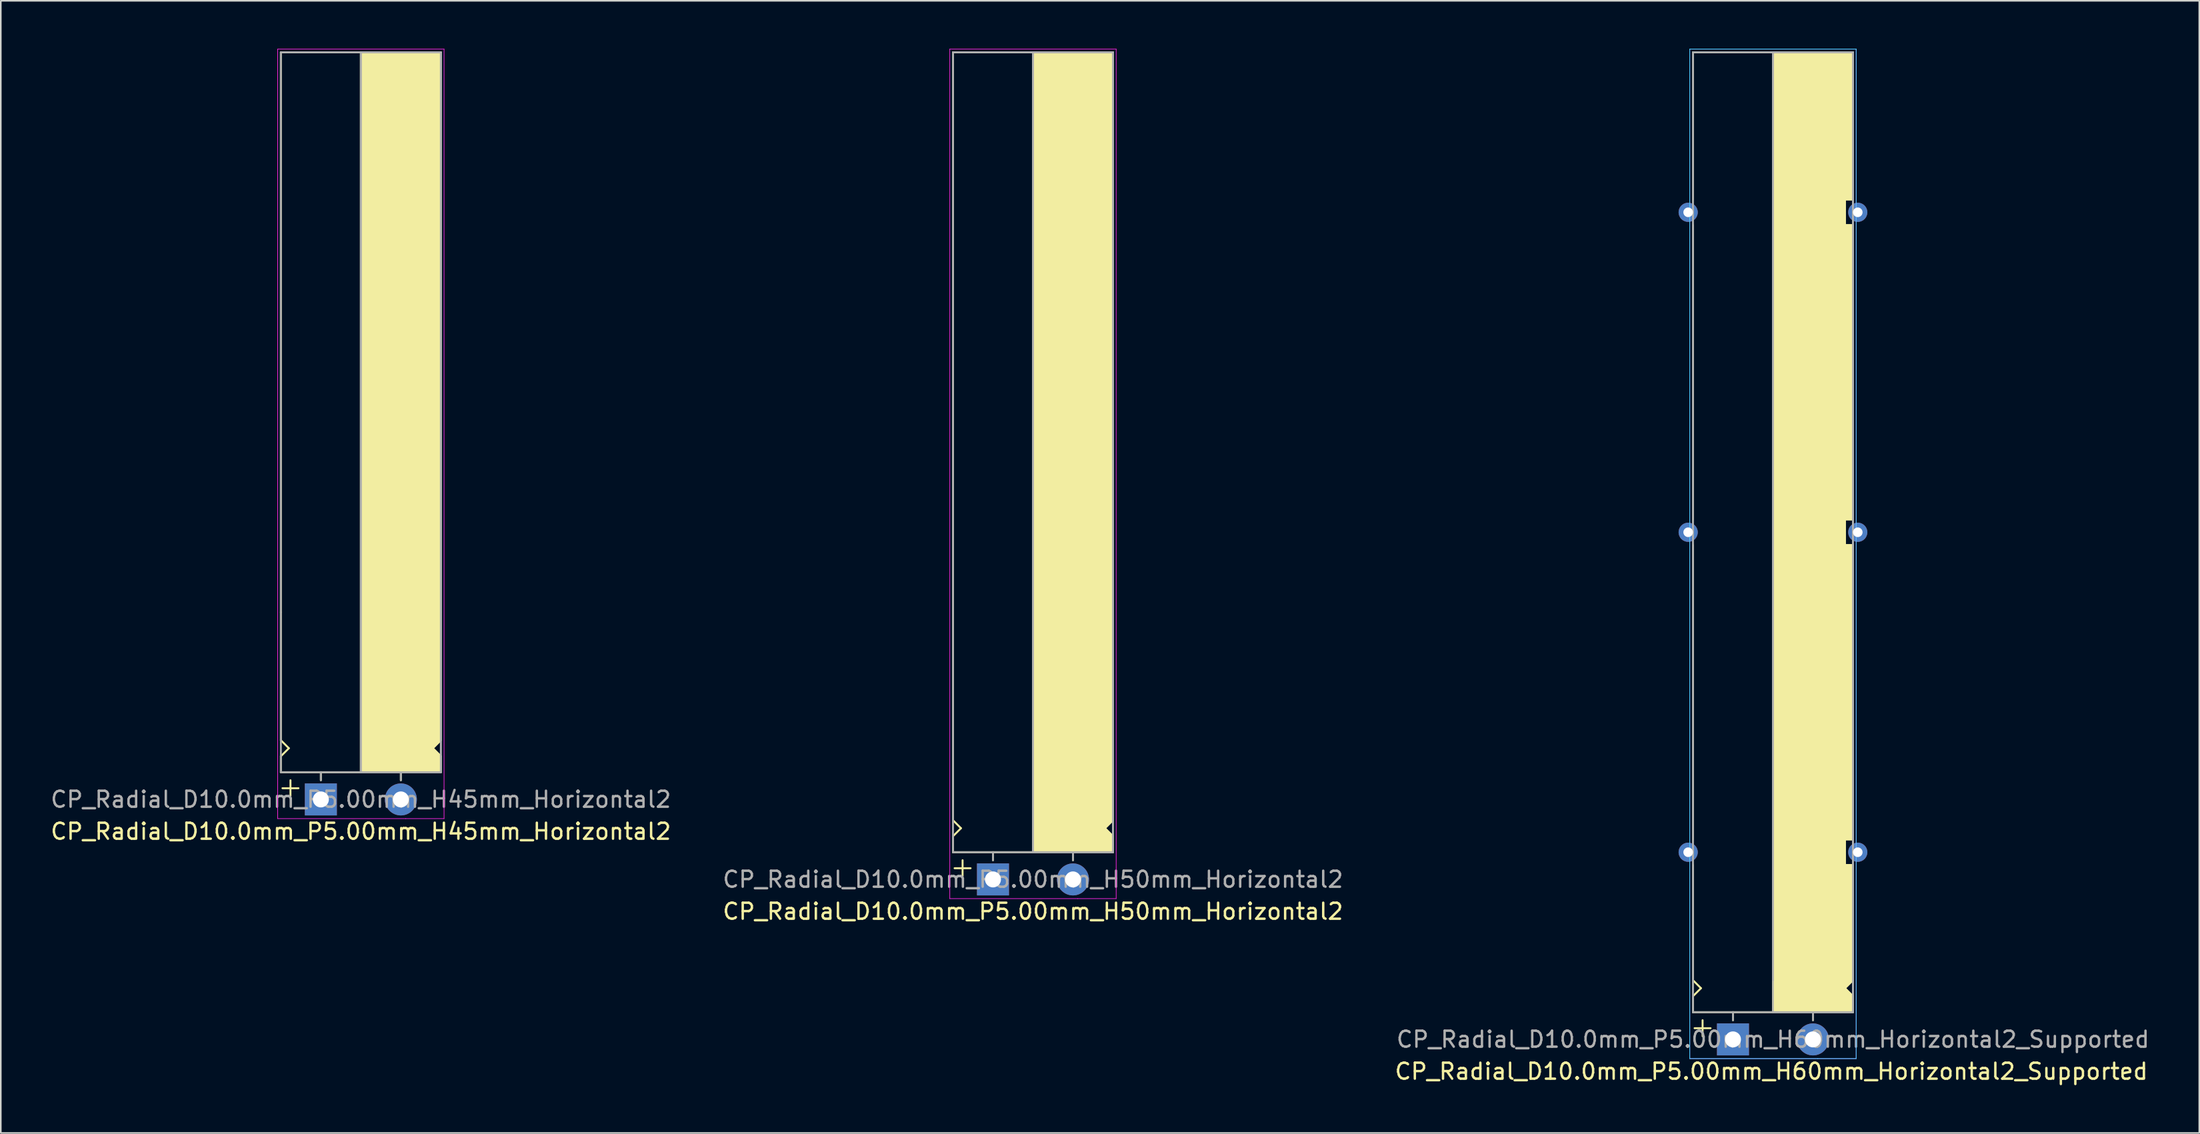
<source format=kicad_pcb>
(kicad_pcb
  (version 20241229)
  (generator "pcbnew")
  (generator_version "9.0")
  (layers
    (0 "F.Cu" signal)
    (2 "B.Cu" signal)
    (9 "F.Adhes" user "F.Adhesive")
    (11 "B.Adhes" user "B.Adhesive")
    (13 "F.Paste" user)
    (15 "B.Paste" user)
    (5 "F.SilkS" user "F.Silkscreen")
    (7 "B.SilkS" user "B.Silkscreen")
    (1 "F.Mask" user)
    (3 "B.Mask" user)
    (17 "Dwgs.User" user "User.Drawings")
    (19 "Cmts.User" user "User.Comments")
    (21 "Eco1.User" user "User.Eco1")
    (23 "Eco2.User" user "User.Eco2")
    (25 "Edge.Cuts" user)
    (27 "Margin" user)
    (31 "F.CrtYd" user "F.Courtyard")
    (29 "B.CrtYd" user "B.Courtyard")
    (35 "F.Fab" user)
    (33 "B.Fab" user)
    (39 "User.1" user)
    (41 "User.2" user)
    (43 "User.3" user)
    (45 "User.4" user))
  (footprint "CP_Radial_D10.0mm_P5.00mm_H50mm_Horizontal2"
    (layer "F.Cu")
    (at 59.018 51.92)
    (property "Reference" "CP_Radial_D10.0mm_P5.00mm_H50mm_Horizontal2" (at 2.5 2 0) (layer "F.SilkS") (effects (font (size 1 1) (thickness 0.15))))
    (attr through_hole)
    (fp_line (start -2.5 -51.7) (end 7.5 -51.7) (stroke (width 0.12) (type solid)) (layer "F.SilkS"))
    (fp_line (start -2.5 -11.7) (end -2.5 -51.7) (stroke (width 0.12) (type solid)) (layer "F.SilkS"))
    (fp_line (start -2.5 -3.7) (end -2.5 -11.7) (stroke (width 0.12) (type solid)) (layer "F.SilkS"))
    (fp_line (start -2.5 -2.7) (end -2 -3.2) (stroke (width 0.12) (type solid)) (layer "F.SilkS"))
    (fp_line (start -2.5 -1.7) (end -2.5 -2.7) (stroke (width 0.12) (type solid)) (layer "F.SilkS"))
    (fp_line (start -2 -3.2) (end -2.5 -3.7) (stroke (width 0.12) (type solid)) (layer "F.SilkS"))
    (fp_line (start -1.9 -1.2) (end -1.9 -0.2) (stroke (width 0.12) (type solid)) (layer "F.SilkS"))
    (fp_line (start -1.4 -0.7) (end -2.4 -0.7) (stroke (width 0.12) (type solid)) (layer "F.SilkS"))
    (fp_line (start 0 -1.7) (end 0 -1.2) (stroke (width 0.12) (type solid)) (layer "F.SilkS"))
    (fp_line (start 2.5 -51.7) (end 2.5 -1.7) (stroke (width 0.12) (type solid)) (layer "F.SilkS"))
    (fp_line (start 2.5 -1.7) (end -2.5 -1.7) (stroke (width 0.12) (type solid)) (layer "F.SilkS"))
    (fp_line (start 5 -1.7) (end 5 -1.2) (stroke (width 0.12) (type solid)) (layer "F.SilkS"))
    (fp_line (start 7 -3.2) (end 7.5 -3.7) (stroke (width 0.12) (type solid)) (layer "F.SilkS"))
    (fp_line (start 7.5 -11.7) (end 7.5 -51.7) (stroke (width 0.12) (type solid)) (layer "F.SilkS"))
    (fp_line (start 7.5 -3.7) (end 7.5 -11.7) (stroke (width 0.12) (type solid)) (layer "F.SilkS"))
    (fp_line (start 7.5 -2.7) (end 7 -3.2) (stroke (width 0.12) (type solid)) (layer "F.SilkS"))
    (fp_line (start 7.5 -1.7) (end 2.5 -1.7) (stroke (width 0.12) (type solid)) (layer "F.SilkS"))
    (fp_line (start 7.5 -1.7) (end 7.5 -2.7) (stroke (width 0.12) (type solid)) (layer "F.SilkS"))
    (fp_poly (pts (xy 7.5 -2.7) (xy 7 -3.2) (xy 7.5 -3.7) (xy 7.5 -51.7) (xy 2.5 -51.7) (xy 2.5 -1.7) (xy 7.5 -1.7)) (stroke (width 0.1) (type solid)) (fill yes) (layer "F.SilkS"))
    (fp_line (start -2.7 -51.9) (end -2.7 1.2) (stroke (width 0.04) (type solid)) (layer "F.CrtYd"))
    (fp_line (start -2.7 1.2) (end 5.3 1.2) (stroke (width 0.04) (type solid)) (layer "F.CrtYd"))
    (fp_line (start 5.3 1.2) (end 7.7 1.2) (stroke (width 0.04) (type solid)) (layer "F.CrtYd"))
    (fp_line (start 7.7 -51.9) (end -2.7 -51.9) (stroke (width 0.04) (type solid)) (layer "F.CrtYd"))
    (fp_line (start 7.7 1.2) (end 7.7 -51.9) (stroke (width 0.04) (type solid)) (layer "F.CrtYd"))
    (fp_line (start -2.5 -51.7) (end 7.5 -51.7) (stroke (width 0.12) (type solid)) (layer "F.Fab"))
    (fp_line (start -2.5 -1.7) (end -2.5 -51.7) (stroke (width 0.12) (type solid)) (layer "F.Fab"))
    (fp_line (start 0 -1.7) (end 0 -1.2) (stroke (width 0.12) (type solid)) (layer "F.Fab"))
    (fp_line (start 2.5 -1.7) (end 2.5 -51.7) (stroke (width 0.12) (type solid)) (layer "F.Fab"))
    (fp_line (start 5 -1.7) (end 5 -1.2) (stroke (width 0.12) (type solid)) (layer "F.Fab"))
    (fp_line (start 7.5 -51.7) (end 7.5 -1.7) (stroke (width 0.12) (type solid)) (layer "F.Fab"))
    (fp_line (start 7.5 -1.7) (end -2.5 -1.7) (stroke (width 0.12) (type solid)) (layer "F.Fab"))
    (fp_poly (pts (xy 7.5 -51.7) (xy 2.5 -51.7) (xy 2.5 -1.7) (xy 7.5 -1.7)) (stroke (width 0.1) (type solid)) (fill no) (layer "F.Fab"))
    (fp_text user "${REFERENCE}" (at 2.5 0 0) (layer "F.Fab") (effects (font (size 1 1) (thickness 0.15))))
    (pad "1" thru_hole rect (at 0 0) (size 2 2) (drill 1) (layers "*.Cu" "*.Mask"))
    (pad "2" thru_hole circle (at 5 0) (size 2 2) (drill 1) (layers "*.Cu" "*.Mask")))
  (footprint "CP_Radial_D10.0mm_P5.00mm_H45mm_Horizontal2"
    (layer "F.Cu")
    (at 17.006 46.92)
    (property "Reference" "CP_Radial_D10.0mm_P5.00mm_H45mm_Horizontal2" (at 2.5 2 0) (layer "F.SilkS") (effects (font (size 1 1) (thickness 0.15))))
    (attr through_hole)
    (fp_line (start -2.5 -46.7) (end 7.5 -46.7) (stroke (width 0.12) (type solid)) (layer "F.SilkS"))
    (fp_line (start -2.5 -11.7) (end -2.5 -46.7) (stroke (width 0.12) (type solid)) (layer "F.SilkS"))
    (fp_line (start -2.5 -3.7) (end -2.5 -11.7) (stroke (width 0.12) (type solid)) (layer "F.SilkS"))
    (fp_line (start -2.5 -2.7) (end -2 -3.2) (stroke (width 0.12) (type solid)) (layer "F.SilkS"))
    (fp_line (start -2.5 -1.7) (end -2.5 -2.7) (stroke (width 0.12) (type solid)) (layer "F.SilkS"))
    (fp_line (start -2 -3.2) (end -2.5 -3.7) (stroke (width 0.12) (type solid)) (layer "F.SilkS"))
    (fp_line (start -1.9 -1.2) (end -1.9 -0.2) (stroke (width 0.12) (type solid)) (layer "F.SilkS"))
    (fp_line (start -1.4 -0.7) (end -2.4 -0.7) (stroke (width 0.12) (type solid)) (layer "F.SilkS"))
    (fp_line (start 0 -1.7) (end 0 -1.2) (stroke (width 0.12) (type solid)) (layer "F.SilkS"))
    (fp_line (start 2.5 -46.7) (end 2.5 -1.7) (stroke (width 0.12) (type solid)) (layer "F.SilkS"))
    (fp_line (start 2.5 -1.7) (end -2.5 -1.7) (stroke (width 0.12) (type solid)) (layer "F.SilkS"))
    (fp_line (start 5 -1.7) (end 5 -1.2) (stroke (width 0.12) (type solid)) (layer "F.SilkS"))
    (fp_line (start 7 -3.2) (end 7.5 -3.7) (stroke (width 0.12) (type solid)) (layer "F.SilkS"))
    (fp_line (start 7.5 -11.7) (end 7.5 -46.7) (stroke (width 0.12) (type solid)) (layer "F.SilkS"))
    (fp_line (start 7.5 -3.7) (end 7.5 -11.7) (stroke (width 0.12) (type solid)) (layer "F.SilkS"))
    (fp_line (start 7.5 -2.7) (end 7 -3.2) (stroke (width 0.12) (type solid)) (layer "F.SilkS"))
    (fp_line (start 7.5 -1.7) (end 2.5 -1.7) (stroke (width 0.12) (type solid)) (layer "F.SilkS"))
    (fp_line (start 7.5 -1.7) (end 7.5 -2.7) (stroke (width 0.12) (type solid)) (layer "F.SilkS"))
    (fp_poly (pts (xy 7.5 -2.7) (xy 7 -3.2) (xy 7.5 -3.7) (xy 7.5 -46.7) (xy 2.5 -46.7) (xy 2.5 -1.7) (xy 7.5 -1.7)) (stroke (width 0.1) (type solid)) (fill yes) (layer "F.SilkS"))
    (fp_line (start -2.7 -46.9) (end -2.7 1.2) (stroke (width 0.04) (type solid)) (layer "F.CrtYd"))
    (fp_line (start -2.7 1.2) (end 5.3 1.2) (stroke (width 0.04) (type solid)) (layer "F.CrtYd"))
    (fp_line (start 5.3 1.2) (end 7.7 1.2) (stroke (width 0.04) (type solid)) (layer "F.CrtYd"))
    (fp_line (start 7.7 -46.9) (end -2.7 -46.9) (stroke (width 0.04) (type solid)) (layer "F.CrtYd"))
    (fp_line (start 7.7 1.2) (end 7.7 -46.9) (stroke (width 0.04) (type solid)) (layer "F.CrtYd"))
    (fp_line (start -2.5 -46.7) (end 7.5 -46.7) (stroke (width 0.12) (type solid)) (layer "F.Fab"))
    (fp_line (start -2.5 -1.7) (end -2.5 -46.7) (stroke (width 0.12) (type solid)) (layer "F.Fab"))
    (fp_line (start 0 -1.7) (end 0 -1.2) (stroke (width 0.12) (type solid)) (layer "F.Fab"))
    (fp_line (start 2.5 -1.7) (end 2.5 -46.7) (stroke (width 0.12) (type solid)) (layer "F.Fab"))
    (fp_line (start 5 -1.7) (end 5 -1.2) (stroke (width 0.12) (type solid)) (layer "F.Fab"))
    (fp_line (start 7.5 -46.7) (end 7.5 -1.7) (stroke (width 0.12) (type solid)) (layer "F.Fab"))
    (fp_line (start 7.5 -1.7) (end -2.5 -1.7) (stroke (width 0.12) (type solid)) (layer "F.Fab"))
    (fp_poly (pts (xy 7.5 -46.7) (xy 2.5 -46.7) (xy 2.5 -1.7) (xy 7.5 -1.7)) (stroke (width 0.1) (type solid)) (fill no) (layer "F.Fab"))
    (fp_text user "${REFERENCE}" (at 2.5 0 0) (layer "F.Fab") (effects (font (size 1 1) (thickness 0.15))))
    (pad "1" thru_hole rect (at 0 0) (size 2 2) (drill 1) (layers "*.Cu" "*.Mask"))
    (pad "2" thru_hole circle (at 5 0) (size 2 2) (drill 1) (layers "*.Cu" "*.Mask")))
  (footprint "CP_Radial_D10.0mm_P5.00mm_H60mm_Horizontal2_Supported"
    (layer "F.Cu")
    (at 105.273 61.92)
    (property "Reference" "CP_Radial_D10.0mm_P5.00mm_H60mm_Horizontal2_Supported" (at 2.4 2 0) (layer "F.SilkS") (effects (font (size 1 1) (thickness 0.15))))
    (attr through_hole)
    (fp_line (start -2.5 -61.7) (end 7.5 -61.7) (stroke (width 0.12) (type solid)) (layer "F.SilkS"))
    (fp_line (start -2.5 -52.5) (end -2.5 -61.7) (stroke (width 0.12) (type solid)) (layer "F.SilkS"))
    (fp_line (start -2.5 -50.9) (end -2.5 -32.5) (stroke (width 0.12) (type solid)) (layer "F.SilkS"))
    (fp_line (start -2.5 -12.5) (end -2.5 -30.9) (stroke (width 0.12) (type solid)) (layer "F.SilkS"))
    (fp_line (start -2.5 -3.8) (end -2.5 -10.9) (stroke (width 0.12) (type solid)) (layer "F.SilkS"))
    (fp_line (start -2.5 -2.7) (end -2 -3.2) (stroke (width 0.12) (type solid)) (layer "F.SilkS"))
    (fp_line (start -2.5 -1.7) (end -2.5 -2.7) (stroke (width 0.12) (type solid)) (layer "F.SilkS"))
    (fp_line (start -2 -3.2) (end -2.5 -3.7) (stroke (width 0.12) (type solid)) (layer "F.SilkS"))
    (fp_line (start -1.9 -1.2) (end -1.9 -0.2) (stroke (width 0.12) (type solid)) (layer "F.SilkS"))
    (fp_line (start -1.4 -0.7) (end -2.4 -0.7) (stroke (width 0.12) (type solid)) (layer "F.SilkS"))
    (fp_line (start 0 -1.7) (end 0 -1.2) (stroke (width 0.12) (type solid)) (layer "F.SilkS"))
    (fp_line (start 2.5 -61.7) (end 2.5 -1.7) (stroke (width 0.12) (type solid)) (layer "F.SilkS"))
    (fp_line (start 2.5 -1.7) (end -2.5 -1.7) (stroke (width 0.12) (type solid)) (layer "F.SilkS"))
    (fp_line (start 5 -1.7) (end 5 -1.2) (stroke (width 0.12) (type solid)) (layer "F.SilkS"))
    (fp_line (start 7 -52.5) (end 7.5 -52.5) (stroke (width 0.12) (type solid)) (layer "F.SilkS"))
    (fp_line (start 7 -50.9) (end 7 -52.5) (stroke (width 0.12) (type solid)) (layer "F.SilkS"))
    (fp_line (start 7 -32.5) (end 7.5 -32.5) (stroke (width 0.12) (type solid)) (layer "F.SilkS"))
    (fp_line (start 7 -30.9) (end 7 -32.5) (stroke (width 0.12) (type solid)) (layer "F.SilkS"))
    (fp_line (start 7 -12.5) (end 7.5 -12.5) (stroke (width 0.12) (type solid)) (layer "F.SilkS"))
    (fp_line (start 7 -10.9) (end 7 -12.5) (stroke (width 0.12) (type solid)) (layer "F.SilkS"))
    (fp_line (start 7 -3.2) (end 7.5 -3.7) (stroke (width 0.12) (type solid)) (layer "F.SilkS"))
    (fp_line (start 7.5 -52.5) (end 7.5 -61.7) (stroke (width 0.12) (type solid)) (layer "F.SilkS"))
    (fp_line (start 7.5 -50.9) (end 7 -50.9) (stroke (width 0.12) (type solid)) (layer "F.SilkS"))
    (fp_line (start 7.5 -50.9) (end 7.5 -32.5) (stroke (width 0.12) (type solid)) (layer "F.SilkS"))
    (fp_line (start 7.5 -30.9) (end 7 -30.9) (stroke (width 0.12) (type solid)) (layer "F.SilkS"))
    (fp_line (start 7.5 -12.5) (end 7.5 -30.9) (stroke (width 0.12) (type solid)) (layer "F.SilkS"))
    (fp_line (start 7.5 -10.9) (end 7 -10.9) (stroke (width 0.12) (type solid)) (layer "F.SilkS"))
    (fp_line (start 7.5 -3.7) (end 7.5 -10.9) (stroke (width 0.12) (type solid)) (layer "F.SilkS"))
    (fp_line (start 7.5 -2.7) (end 7 -3.2) (stroke (width 0.12) (type solid)) (layer "F.SilkS"))
    (fp_line (start 7.5 -1.7) (end 2.5 -1.7) (stroke (width 0.12) (type solid)) (layer "F.SilkS"))
    (fp_line (start 7.5 -1.7) (end 7.5 -2.7) (stroke (width 0.12) (type solid)) (layer "F.SilkS"))
    (fp_poly (pts (xy 7.5 -2.7) (xy 7 -3.2) (xy 7.5 -3.7) (xy 7.5 -10.9) (xy 7 -10.9) (xy 7 -12.5) (xy 7.5 -12.5) (xy 7.5 -30.9) (xy 7 -30.9) (xy 7 -32.5) (xy 7.5 -32.5) (xy 7.5 -50.9) (xy 7 -50.9) (xy 7 -52.5) (xy 7.5 -52.5) (xy 7.5 -61.7) (xy 2.5 -61.7) (xy 2.5 -1.7) (xy 7.5 -1.7)) (stroke (width 0.1) (type solid)) (fill yes) (layer "F.SilkS"))
    (fp_line (start -2.7 -61.9) (end -2.7 1.2) (stroke (width 0.04) (type solid)) (layer "B.CrtYd"))
    (fp_line (start -2.7 1.2) (end 5.3 1.2) (stroke (width 0.04) (type solid)) (layer "B.CrtYd"))
    (fp_line (start 5.3 1.2) (end 7.7 1.2) (stroke (width 0.04) (type solid)) (layer "B.CrtYd"))
    (fp_line (start 7.7 -61.9) (end -2.7 -61.9) (stroke (width 0.04) (type solid)) (layer "B.CrtYd"))
    (fp_line (start 7.7 1.2) (end 7.7 -61.9) (stroke (width 0.04) (type solid)) (layer "B.CrtYd"))
    (fp_line (start -2.7 -61.9) (end -2.7 1.2) (stroke (width 0.04) (type solid)) (layer "F.CrtYd"))
    (fp_line (start -2.7 1.2) (end 5.3 1.2) (stroke (width 0.04) (type solid)) (layer "F.CrtYd"))
    (fp_line (start 5.3 1.2) (end 7.7 1.2) (stroke (width 0.04) (type solid)) (layer "F.CrtYd"))
    (fp_line (start 7.7 -61.9) (end -2.7 -61.9) (stroke (width 0.04) (type solid)) (layer "F.CrtYd"))
    (fp_line (start 7.7 1.2) (end 7.7 -61.9) (stroke (width 0.04) (type solid)) (layer "F.CrtYd"))
    (fp_line (start -2.5 -61.7) (end 7.5 -61.7) (stroke (width 0.12) (type solid)) (layer "F.Fab"))
    (fp_line (start -2.5 -1.7) (end -2.5 -61.7) (stroke (width 0.12) (type solid)) (layer "F.Fab"))
    (fp_line (start 0 -1.7) (end 0 -1.2) (stroke (width 0.12) (type solid)) (layer "F.Fab"))
    (fp_line (start 2.5 -3.7) (end 2.5 -61.7) (stroke (width 0.12) (type solid)) (layer "F.Fab"))
    (fp_line (start 5 -1.7) (end 5 -1.2) (stroke (width 0.12) (type solid)) (layer "F.Fab"))
    (fp_line (start 7.5 -61.7) (end 7.5 -1.7) (stroke (width 0.12) (type solid)) (layer "F.Fab"))
    (fp_line (start 7.5 -1.7) (end -2.5 -1.7) (stroke (width 0.12) (type solid)) (layer "F.Fab"))
    (fp_poly (pts (xy 7.5 -61.7) (xy 2.5 -61.7) (xy 2.5 -1.7) (xy 7.5 -1.7)) (stroke (width 0.1) (type solid)) (fill no) (layer "F.Fab"))
    (fp_text user "${REFERENCE}" (at 2.5 0 0) (layer "F.Fab") (effects (font (size 1 1) (thickness 0.15))))
    (pad "" thru_hole circle (at -2.8 -51.7 180) (size 1.2 1.2) (drill 0.6) (layers "*.Cu" "*.Mask"))
    (pad "" thru_hole circle (at -2.8 -31.7) (size 1.2 1.2) (drill 0.6) (layers "*.Cu" "*.Mask"))
    (pad "" thru_hole circle (at -2.8 -11.7) (size 1.2 1.2) (drill 0.6) (layers "*.Cu" "*.Mask"))
    (pad "" thru_hole circle (at 7.8 -51.7 180) (size 1.2 1.2) (drill 0.6) (layers "*.Cu" "*.Mask"))
    (pad "" thru_hole circle (at 7.8 -31.7 180) (size 1.2 1.2) (drill 0.6) (layers "*.Cu" "*.Mask"))
    (pad "" thru_hole circle (at 7.8 -11.7 180) (size 1.2 1.2) (drill 0.6) (layers "*.Cu" "*.Mask"))
    (pad "1" thru_hole rect (at 0 0) (size 2 2) (drill 1) (layers "*.Cu" "*.Mask"))
    (pad "2" thru_hole circle (at 5 0) (size 2 2) (drill 1) (layers "*.Cu" "*.Mask")))
  (gr_rect
    (start -3 -3)
    (end 134.421 67.768)
    (stroke (width 0.1) (type default))
    (fill no)
    (layer "Edge.Cuts")))
</source>
